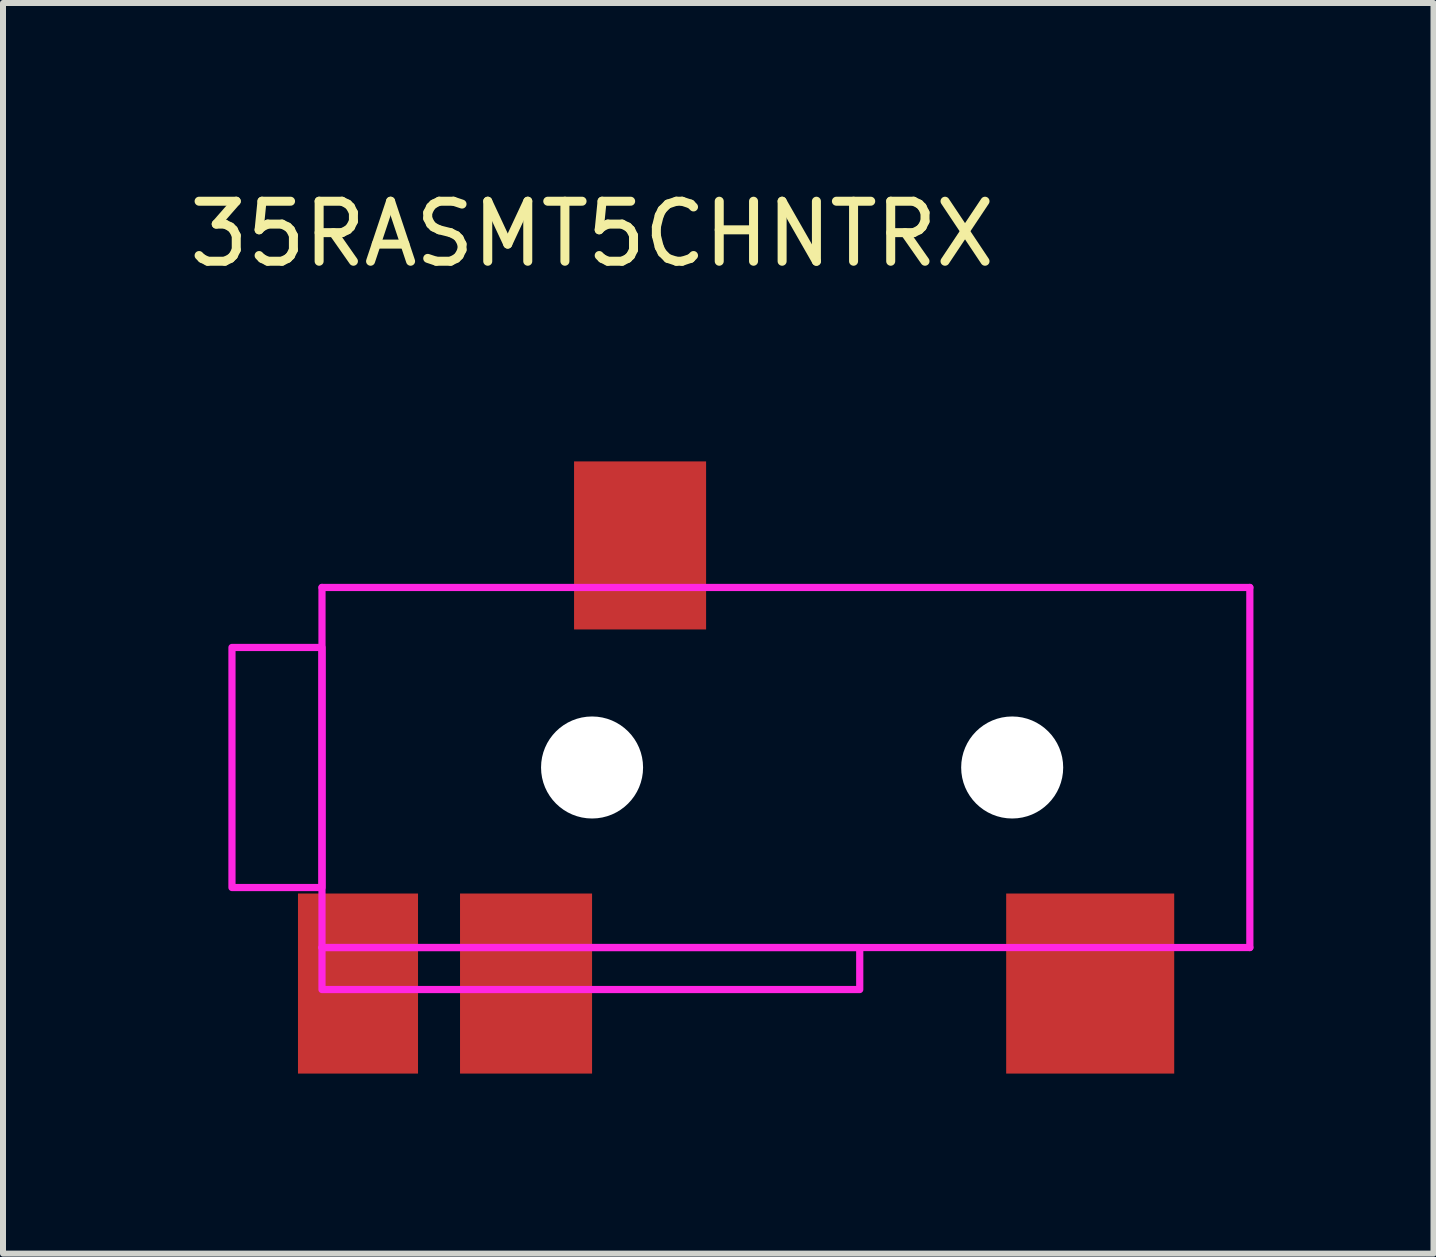
<source format=kicad_pcb>
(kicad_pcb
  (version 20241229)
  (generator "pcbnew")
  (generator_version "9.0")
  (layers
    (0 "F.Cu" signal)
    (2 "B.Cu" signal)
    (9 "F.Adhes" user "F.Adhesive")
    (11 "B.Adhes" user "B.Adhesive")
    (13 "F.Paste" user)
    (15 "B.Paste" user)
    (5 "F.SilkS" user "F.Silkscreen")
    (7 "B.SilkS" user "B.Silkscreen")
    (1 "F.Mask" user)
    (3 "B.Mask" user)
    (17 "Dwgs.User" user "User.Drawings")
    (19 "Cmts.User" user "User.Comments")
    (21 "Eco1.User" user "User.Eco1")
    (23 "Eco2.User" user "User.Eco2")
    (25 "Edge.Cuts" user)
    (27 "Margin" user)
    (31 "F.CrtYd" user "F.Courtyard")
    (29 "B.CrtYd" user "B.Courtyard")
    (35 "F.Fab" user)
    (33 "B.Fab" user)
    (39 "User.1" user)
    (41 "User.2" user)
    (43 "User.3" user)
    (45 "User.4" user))
  (footprint "35RASMT5CHNTRX"
    (layer "F.Cu")
    (at 6.815 9.738)
    (property "Reference" "35RASMT5CHNTRX" (at 0 -8.89 0) (unlocked yes) (layer "F.SilkS") (effects (font (size 1 1) (thickness 0.15))))
    (attr smd)
    (fp_line (start -4.5 -3) (end -4.5 3) (stroke (width 0.12) (type solid)) (layer "F.CrtYd"))
    (fp_line (start -4.5 -3) (end 10.96 -3) (stroke (width 0.12) (type solid)) (layer "F.CrtYd"))
    (fp_line (start -4.5 3) (end 10.96 3) (stroke (width 0.12) (type solid)) (layer "F.CrtYd"))
    (fp_line (start 10.96 -3) (end 10.96 3) (stroke (width 0.12) (type solid)) (layer "F.CrtYd"))
    (fp_rect (start -4.5 -2) (end -6 2) (stroke (width 0.12) (type solid)) (fill no) (layer "F.CrtYd"))
    (fp_rect (start 4.46 3) (end -4.5 3.7) (stroke (width 0.12) (type solid)) (fill no) (layer "F.CrtYd"))
    (pad "" np_thru_hole circle (at 0 0) (size 1.7 1.7) (drill 1.7) (layers "*.Cu" "*.Mask"))
    (pad "" np_thru_hole circle (at 7 0) (size 1.7 1.7) (drill 1.7) (layers "*.Cu" "*.Mask"))
    (pad "1" smd rect (at -3.9 3.6) (size 2 3) (layers "F.Cu" "F.Mask" "F.Paste"))
    (pad "2" smd rect (at 8.3 3.6) (size 2.8 3) (layers "F.Cu" "F.Mask" "F.Paste"))
    (pad "3" smd rect (at 0.8 -3.7) (size 2.2 2.8) (layers "F.Cu" "F.Mask" "F.Paste"))
    (pad "4" smd rect (at -1.1 3.6) (size 2.2 3) (layers "F.Cu" "F.Mask" "F.Paste")))
  (gr_rect
    (start -3 -3)
    (end 20.835 17.838)
    (stroke (width 0.1) (type default))
    (fill no)
    (layer "Edge.Cuts")))
</source>
